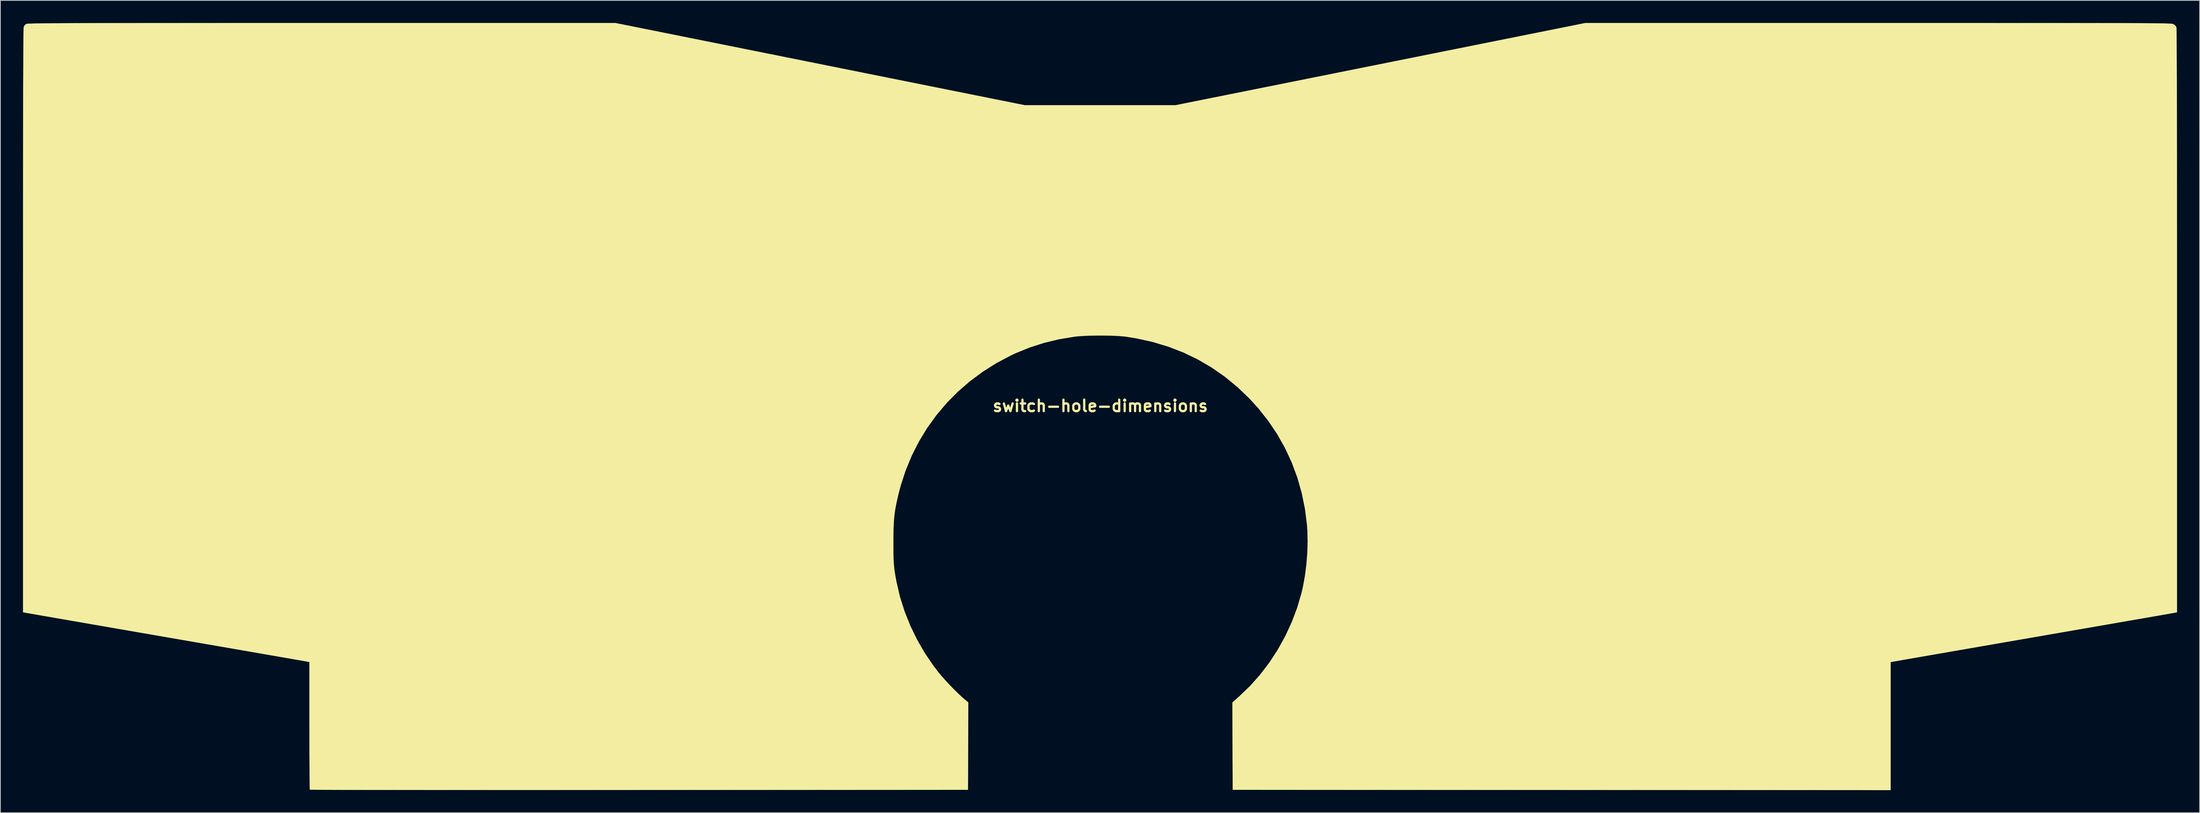
<source format=kicad_pcb>
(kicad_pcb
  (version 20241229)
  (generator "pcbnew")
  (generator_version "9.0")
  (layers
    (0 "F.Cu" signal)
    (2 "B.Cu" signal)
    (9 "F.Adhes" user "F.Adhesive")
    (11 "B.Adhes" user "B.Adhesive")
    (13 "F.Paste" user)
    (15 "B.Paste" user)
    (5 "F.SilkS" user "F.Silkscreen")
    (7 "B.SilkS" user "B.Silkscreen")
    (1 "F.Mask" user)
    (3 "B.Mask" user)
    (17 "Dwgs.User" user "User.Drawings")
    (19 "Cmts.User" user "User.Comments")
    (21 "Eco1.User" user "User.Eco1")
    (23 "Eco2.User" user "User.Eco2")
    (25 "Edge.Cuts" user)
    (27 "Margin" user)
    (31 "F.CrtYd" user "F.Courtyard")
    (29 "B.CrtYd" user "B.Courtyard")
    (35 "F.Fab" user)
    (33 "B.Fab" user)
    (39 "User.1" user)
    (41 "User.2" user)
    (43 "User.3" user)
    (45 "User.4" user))
  (footprint "switch-hole-dimensions"
    (layer "F.Cu")
    (at 143.007 50.89)
    (property "Reference" "switch-hole-dimensions" (at 0 0 0) (layer "F.SilkS") (effects (font (size 1.524 1.524) (thickness 0.3))))
    (attr through_hole)
    (fp_poly (pts (xy -37.199 -45.424) (xy -10.033 -39.963) (xy -0.024 -39.963) (xy 9.986 -39.963) (xy 37.184 -45.424) (xy 64.383 -50.885) (xy 103.29 -50.884) (xy 106.35 -50.884) (xy 109.245 -50.884) (xy 111.98 -50.884) (xy 114.559 -50.884) (xy 116.988 -50.884) (xy 119.27 -50.883) (xy 121.41 -50.883) (xy 123.413 -50.882) (xy 125.284 -50.882) (xy 127.026 -50.881) (xy 128.645 -50.88) (xy 130.146 -50.878) (xy 131.532 -50.877) (xy 132.808 -50.875) (xy 133.98 -50.873) (xy 135.051 -50.87) (xy 136.026 -50.867) (xy 136.91 -50.864) (xy 137.707 -50.861) (xy 138.422 -50.857) (xy 139.06 -50.853) (xy 139.625 -50.848) (xy 140.121 -50.843) (xy 140.554 -50.837) (xy 140.928 -50.831) (xy 141.247 -50.825) (xy 141.517 -50.818) (xy 141.741 -50.81) (xy 141.924 -50.802) (xy 142.071 -50.793) (xy 142.187 -50.784) (xy 142.276 -50.774) (xy 142.342 -50.764) (xy 142.391 -50.752) (xy 142.426 -50.74) (xy 142.453 -50.728) (xy 142.475 -50.715) (xy 142.683 -50.545) (xy 142.825 -50.352) (xy 142.835 -50.329) (xy 142.842 -50.225) (xy 142.849 -49.954) (xy 142.855 -49.516) (xy 142.861 -48.914) (xy 142.867 -48.147) (xy 142.873 -47.219) (xy 142.878 -46.13) (xy 142.883 -44.883) (xy 142.888 -43.477) (xy 142.892 -41.915) (xy 142.896 -40.199) (xy 142.9 -38.329) (xy 142.903 -36.308) (xy 142.906 -34.136) (xy 142.909 -31.815) (xy 142.911 -29.347) (xy 142.913 -26.733) (xy 142.914 -23.974) (xy 142.916 -21.073) (xy 142.917 -18.029) (xy 142.917 -14.846) (xy 142.917 -11.524) (xy 142.917 -11.346) (xy 142.917 27.42) (xy 142.473 27.509) (xy 142.348 27.531) (xy 142.064 27.582) (xy 141.629 27.658) (xy 141.05 27.76) (xy 140.336 27.884) (xy 139.493 28.031) (xy 138.531 28.199) (xy 137.456 28.386) (xy 136.276 28.591) (xy 135 28.813) (xy 133.635 29.051) (xy 132.188 29.302) (xy 130.668 29.566) (xy 129.082 29.841) (xy 127.438 30.126) (xy 125.744 30.42) (xy 124.008 30.721) (xy 123.698 30.775) (xy 121.958 31.077) (xy 120.261 31.371) (xy 118.615 31.657) (xy 117.026 31.932) (xy 115.503 32.197) (xy 114.053 32.448) (xy 112.685 32.686) (xy 111.405 32.908) (xy 110.222 33.114) (xy 109.142 33.301) (xy 108.174 33.47) (xy 107.326 33.617) (xy 106.605 33.743) (xy 106.018 33.846) (xy 105.574 33.923) (xy 105.279 33.975) (xy 105.143 34) (xy 105.135 34.001) (xy 104.902 34.049) (xy 104.902 51.054) (xy 17.568 51.012) (xy 17.525 39.401) (xy 18.424 38.608) (xy 19.857 37.235) (xy 21.195 35.732) (xy 22.428 34.115) (xy 23.547 32.4) (xy 24.543 30.604) (xy 25.406 28.742) (xy 26.128 26.83) (xy 26.698 24.884) (xy 26.884 24.088) (xy 27.152 22.634) (xy 27.349 21.101) (xy 27.473 19.538) (xy 27.518 17.997) (xy 27.483 16.527) (xy 27.437 15.875) (xy 27.167 13.701) (xy 26.738 11.582) (xy 26.152 9.523) (xy 25.412 7.528) (xy 24.52 5.603) (xy 23.478 3.752) (xy 22.288 1.981) (xy 20.954 0.294) (xy 19.77 -1.005) (xy 18.189 -2.518) (xy 16.526 -3.883) (xy 14.779 -5.101) (xy 12.95 -6.171) (xy 11.038 -7.094) (xy 9.043 -7.868) (xy 6.966 -8.495) (xy 4.806 -8.974) (xy 3.387 -9.203) (xy 2.817 -9.263) (xy 2.115 -9.308) (xy 1.318 -9.338) (xy 0.463 -9.353) (xy -0.414 -9.353) (xy -1.275 -9.338) (xy -2.085 -9.309) (xy -2.806 -9.264) (xy -3.402 -9.204) (xy -3.429 -9.2) (xy -5.491 -8.856) (xy -7.459 -8.383) (xy -9.354 -7.775) (xy -11.199 -7.025) (xy -11.852 -6.72) (xy -13.781 -5.699) (xy -15.605 -4.548) (xy -17.32 -3.275) (xy -18.92 -1.885) (xy -20.401 -0.384) (xy -21.758 1.223) (xy -22.986 2.928) (xy -24.08 4.725) (xy -25.034 6.61) (xy -25.845 8.576) (xy -26.507 10.616) (xy -26.753 11.549) (xy -26.944 12.351) (xy -27.099 13.065) (xy -27.221 13.724) (xy -27.314 14.362) (xy -27.381 15.011) (xy -27.427 15.706) (xy -27.455 16.479) (xy -27.469 17.365) (xy -27.472 18.076) (xy -27.471 18.936) (xy -27.464 19.657) (xy -27.449 20.271) (xy -27.423 20.808) (xy -27.385 21.3) (xy -27.331 21.776) (xy -27.258 22.269) (xy -27.166 22.808) (xy -27.05 23.425) (xy -27.041 23.471) (xy -26.587 25.408) (xy -25.974 27.338) (xy -25.212 29.24) (xy -24.311 31.091) (xy -23.282 32.871) (xy -22.135 34.559) (xy -21.463 35.431) (xy -21.027 35.951) (xy -20.514 36.527) (xy -19.956 37.125) (xy -19.387 37.71) (xy -18.842 38.247) (xy -18.353 38.701) (xy -18.17 38.86) (xy -17.525 39.409) (xy -17.547 45.21) (xy -17.568 51.012) (xy -61.221 51.033) (xy -63.932 51.034) (xy -66.6 51.035) (xy -69.222 51.036) (xy -71.79 51.036) (xy -74.301 51.037) (xy -76.75 51.037) (xy -79.132 51.037) (xy -81.441 51.036) (xy -83.672 51.036) (xy -85.821 51.035) (xy -87.883 51.034) (xy -89.852 51.033) (xy -91.724 51.032) (xy -93.494 51.03) (xy -95.156 51.028) (xy -96.705 51.027) (xy -98.137 51.024) (xy -99.447 51.022) (xy -100.629 51.02) (xy -101.679 51.017) (xy -102.591 51.015) (xy -103.361 51.012) (xy -103.984 51.009) (xy -104.454 51.006) (xy -104.767 51.002) (xy -104.917 50.999) (xy -104.93 50.998) (xy -104.938 50.907) (xy -104.946 50.658) (xy -104.953 50.263) (xy -104.959 49.733) (xy -104.966 49.079) (xy -104.971 48.313) (xy -104.976 47.447) (xy -104.98 46.491) (xy -104.983 45.458) (xy -104.985 44.358) (xy -104.986 43.204) (xy -104.987 42.49) (xy -104.987 34.039) (xy -105.177 33.996) (xy -105.277 33.978) (xy -105.537 33.932) (xy -105.948 33.86) (xy -106.504 33.763) (xy -107.195 33.642) (xy -108.016 33.499) (xy -108.958 33.335) (xy -110.014 33.152) (xy -111.176 32.95) (xy -112.437 32.731) (xy -113.788 32.496) (xy -115.223 32.247) (xy -116.734 31.985) (xy -118.313 31.711) (xy -119.953 31.427) (xy -121.646 31.133) (xy -123.384 30.832) (xy -123.952 30.734) (xy -125.704 30.43) (xy -127.413 30.134) (xy -129.072 29.846) (xy -130.673 29.569) (xy -132.208 29.302) (xy -133.671 29.049) (xy -135.052 28.809) (xy -136.346 28.584) (xy -137.543 28.377) (xy -138.637 28.187) (xy -139.619 28.016) (xy -140.483 27.866) (xy -141.22 27.737) (xy -141.824 27.632) (xy -142.285 27.551) (xy -142.598 27.497) (xy -142.754 27.469) (xy -142.769 27.466) (xy -143.002 27.419) (xy -143.002 -11.339) (xy -143.002 -14.65) (xy -143.001 -17.794) (xy -143.001 -20.774) (xy -143 -23.592) (xy -142.999 -26.253) (xy -142.997 -28.757) (xy -142.996 -31.109) (xy -142.993 -33.31) (xy -142.991 -35.363) (xy -142.988 -37.272) (xy -142.985 -39.039) (xy -142.982 -40.666) (xy -142.979 -42.156) (xy -142.975 -43.513) (xy -142.97 -44.738) (xy -142.966 -45.835) (xy -142.961 -46.806) (xy -142.955 -47.653) (xy -142.95 -48.381) (xy -142.943 -48.99) (xy -142.937 -49.485) (xy -142.93 -49.868) (xy -142.923 -50.141) (xy -142.915 -50.307) (xy -142.908 -50.367) (xy -142.765 -50.602) (xy -142.574 -50.76) (xy -142.54 -50.77) (xy -142.474 -50.779) (xy -142.373 -50.788) (xy -142.231 -50.797) (xy -142.045 -50.805) (xy -141.81 -50.812) (xy -141.52 -50.819) (xy -141.173 -50.825) (xy -140.764 -50.831) (xy -140.287 -50.837) (xy -139.74 -50.842) (xy -139.116 -50.847) (xy -138.413 -50.852) (xy -137.625 -50.856) (xy -136.748 -50.86) (xy -135.778 -50.863) (xy -134.71 -50.866) (xy -133.539 -50.869) (xy -132.262 -50.871) (xy -130.875 -50.874) (xy -129.371 -50.876) (xy -127.748 -50.878) (xy -126 -50.879) (xy -124.124 -50.88) (xy -122.115 -50.881) (xy -119.968 -50.882) (xy -117.679 -50.883) (xy -115.243 -50.884) (xy -112.657 -50.884) (xy -109.916 -50.884) (xy -107.015 -50.885) (xy -103.95 -50.885) (xy -103.349 -50.885) (xy -64.365 -50.885) (xy -37.199 -45.424)) (stroke (width 0.01) (type solid)) (fill yes) (layer "F.SilkS")))
  (gr_rect
    (start -3 -3)
    (end 288.929 104.949)
    (stroke (width 0.1) (type default))
    (fill no)
    (layer "Edge.Cuts")))
</source>
